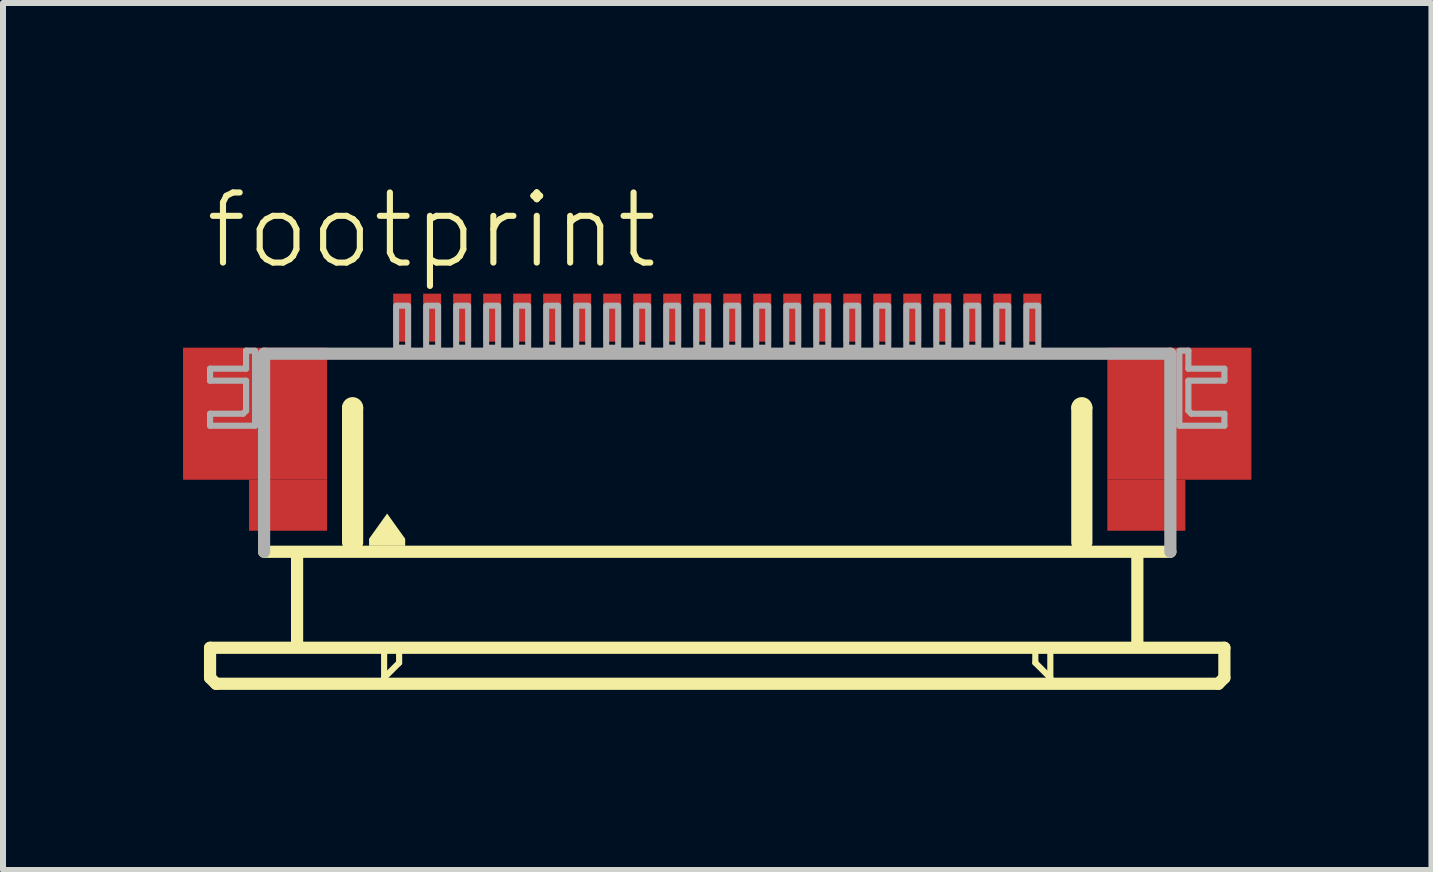
<source format=kicad_pcb>
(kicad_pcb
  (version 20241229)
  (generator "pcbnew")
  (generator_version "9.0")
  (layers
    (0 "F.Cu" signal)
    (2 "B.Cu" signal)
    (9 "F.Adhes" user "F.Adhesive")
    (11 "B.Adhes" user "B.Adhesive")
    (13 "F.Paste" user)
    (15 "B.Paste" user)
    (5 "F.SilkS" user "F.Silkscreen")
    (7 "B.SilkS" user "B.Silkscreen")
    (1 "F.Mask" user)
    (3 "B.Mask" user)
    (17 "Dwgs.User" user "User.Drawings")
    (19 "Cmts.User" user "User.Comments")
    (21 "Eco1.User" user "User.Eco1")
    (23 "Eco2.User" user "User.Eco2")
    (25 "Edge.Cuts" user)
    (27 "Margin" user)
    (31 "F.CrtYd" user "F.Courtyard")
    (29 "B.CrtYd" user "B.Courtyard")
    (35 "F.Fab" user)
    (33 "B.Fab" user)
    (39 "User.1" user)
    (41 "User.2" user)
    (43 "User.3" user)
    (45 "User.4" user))
  (footprint "footprint"
    (layer "F.Cu")
    (at 8.9 4.743)
    (property "Reference" "footprint" (at -8.58 -3.27 0) (layer "F.SilkS") (effects (font (size 1.168 1.168) (thickness 0.102)) (justify left bottom)))
    (fp_poly (pts (xy -8.9 0.2) (xy -6.5 0.2) (xy -6.5 -2) (xy -8.9 -2)) (stroke (width 0) (type solid)) (fill yes) (layer "F.Cu"))
    (fp_poly (pts (xy -7.8 1.05) (xy -6.5 1.05) (xy -6.5 0.2) (xy -7.8 0.2)) (stroke (width 0) (type solid)) (fill yes) (layer "F.Cu"))
    (fp_poly (pts (xy 6.5 0.2) (xy 8.9 0.2) (xy 8.9 -2) (xy 6.5 -2)) (stroke (width 0) (type solid)) (fill yes) (layer "F.Cu"))
    (fp_poly (pts (xy 6.5 1.05) (xy 7.8 1.05) (xy 7.8 0.2) (xy 6.5 0.2)) (stroke (width 0) (type solid)) (fill yes) (layer "F.Cu"))
    (fp_poly (pts (xy -8.9 0.2) (xy -7.75 0.2) (xy -7.75 -2) (xy -8.9 -2)) (stroke (width 0) (type solid)) (fill yes) (layer "F.Mask"))
    (fp_poly (pts (xy -7.8 1.05) (xy -6.5 1.05) (xy -6.5 -2) (xy -7.8 -2)) (stroke (width 0) (type solid)) (fill yes) (layer "F.Mask"))
    (fp_poly (pts (xy 7.8 -2) (xy 6.5 -2) (xy 6.5 1.05) (xy 7.8 1.05)) (stroke (width 0) (type solid)) (fill yes) (layer "F.Mask"))
    (fp_poly (pts (xy 8.9 -2) (xy 7.75 -2) (xy 7.75 0.2) (xy 8.9 0.2)) (stroke (width 0) (type solid)) (fill yes) (layer "F.Mask"))
    (fp_line (start -8.45 3) (end -8.45 3.5) (stroke (width 0.203) (type solid)) (layer "F.SilkS"))
    (fp_line (start -8.45 3.5) (end -8.35 3.6) (stroke (width 0.203) (type solid)) (layer "F.SilkS"))
    (fp_line (start -8.35 3.6) (end 8.35 3.6) (stroke (width 0.203) (type solid)) (layer "F.SilkS"))
    (fp_line (start -7 1.5) (end -7 2.9) (stroke (width 0.203) (type solid)) (layer "F.SilkS"))
    (fp_line (start -6.15 1.25) (end -6.15 -1) (stroke (width 0.203) (type solid)) (layer "F.SilkS"))
    (fp_line (start -6 -1) (end -6 1.25) (stroke (width 0.203) (type solid)) (layer "F.SilkS"))
    (fp_line (start -5.55 3.1) (end -5.55 3.5) (stroke (width 0.102) (type solid)) (layer "F.SilkS"))
    (fp_line (start -5.55 3.5) (end -5.3 3.25) (stroke (width 0.102) (type solid)) (layer "F.SilkS"))
    (fp_line (start -5.3 3.25) (end -5.3 3.1) (stroke (width 0.102) (type solid)) (layer "F.SilkS"))
    (fp_line (start 5.3 3.1) (end 5.3 3.25) (stroke (width 0.102) (type solid)) (layer "F.SilkS"))
    (fp_line (start 5.3 3.25) (end 5.55 3.5) (stroke (width 0.102) (type solid)) (layer "F.SilkS"))
    (fp_line (start 5.55 3.5) (end 5.55 3.1) (stroke (width 0.102) (type solid)) (layer "F.SilkS"))
    (fp_line (start 6 1.25) (end 6 -1) (stroke (width 0.203) (type solid)) (layer "F.SilkS"))
    (fp_line (start 6.15 -1) (end 6.15 1.25) (stroke (width 0.203) (type solid)) (layer "F.SilkS"))
    (fp_line (start 7 1.5) (end 7 2.9) (stroke (width 0.203) (type solid)) (layer "F.SilkS"))
    (fp_line (start 7.55 1.4) (end -7.55 1.4) (stroke (width 0.203) (type solid)) (layer "F.SilkS"))
    (fp_line (start 8.35 3.6) (end 8.45 3.5) (stroke (width 0.203) (type solid)) (layer "F.SilkS"))
    (fp_line (start 8.45 3) (end -8.45 3) (stroke (width 0.203) (type solid)) (layer "F.SilkS"))
    (fp_line (start 8.45 3.5) (end 8.45 3) (stroke (width 0.203) (type solid)) (layer "F.SilkS"))
    (fp_arc (start -6.15 -1) (mid -6.075 -1.075) (end -6 -1) (stroke (width 0.2032) (type solid)) (layer "F.SilkS"))
    (fp_arc (start 6 -1) (mid 6.075 -1.075) (end 6.15 -1) (stroke (width 0.2032) (type solid)) (layer "F.SilkS"))
    (fp_poly (pts (xy -5.199 1.184) (xy -5.199 1.301) (xy -5.801 1.301) (xy -5.801 1.184) (xy -5.5 0.763)) (stroke (width 0) (type solid)) (fill yes) (layer "F.SilkS"))
    (fp_poly (pts (xy -8.7 0.05) (xy -6.7 0.05) (xy -6.7 -1.85) (xy -8.7 -1.85)) (stroke (width 0) (type solid)) (fill yes) (layer "F.Paste"))
    (fp_poly (pts (xy 8.7 -1.85) (xy 6.7 -1.85) (xy 6.7 0.05) (xy 8.7 0.05)) (stroke (width 0) (type solid)) (fill yes) (layer "F.Paste"))
    (fp_line (start -8.45 -1.65) (end -8.45 -1.45) (stroke (width 0.102) (type solid)) (layer "F.Fab"))
    (fp_line (start -8.45 -1.45) (end -7.85 -1.45) (stroke (width 0.102) (type solid)) (layer "F.Fab"))
    (fp_line (start -8.45 -0.9) (end -8.45 -0.7) (stroke (width 0.102) (type solid)) (layer "F.Fab"))
    (fp_line (start -8.45 -0.7) (end -7.7 -0.7) (stroke (width 0.102) (type solid)) (layer "F.Fab"))
    (fp_line (start -7.9 -0.9) (end -8.45 -0.9) (stroke (width 0.102) (type solid)) (layer "F.Fab"))
    (fp_line (start -7.85 -1.95) (end -7.85 -1.65) (stroke (width 0.102) (type solid)) (layer "F.Fab"))
    (fp_line (start -7.85 -1.65) (end -8.45 -1.65) (stroke (width 0.102) (type solid)) (layer "F.Fab"))
    (fp_line (start -7.85 -1.45) (end -7.85 -0.95) (stroke (width 0.102) (type solid)) (layer "F.Fab"))
    (fp_line (start -7.85 -0.95) (end -7.9 -0.9) (stroke (width 0.102) (type solid)) (layer "F.Fab"))
    (fp_line (start -7.7 -1.95) (end -7.85 -1.95) (stroke (width 0.102) (type solid)) (layer "F.Fab"))
    (fp_line (start -7.7 -0.7) (end -7.7 -1.9) (stroke (width 0.102) (type solid)) (layer "F.Fab"))
    (fp_line (start -7.55 -1.9) (end 7.55 -1.9) (stroke (width 0.203) (type solid)) (layer "F.Fab"))
    (fp_line (start -7.55 1.4) (end -7.55 -1.9) (stroke (width 0.203) (type solid)) (layer "F.Fab"))
    (fp_line (start 7.55 -1.9) (end 7.55 1.4) (stroke (width 0.203) (type solid)) (layer "F.Fab"))
    (fp_line (start 7.7 -1.95) (end 7.85 -1.95) (stroke (width 0.102) (type solid)) (layer "F.Fab"))
    (fp_line (start 7.7 -0.7) (end 7.7 -1.9) (stroke (width 0.102) (type solid)) (layer "F.Fab"))
    (fp_line (start 7.85 -1.95) (end 7.85 -1.65) (stroke (width 0.102) (type solid)) (layer "F.Fab"))
    (fp_line (start 7.85 -1.65) (end 8.45 -1.65) (stroke (width 0.102) (type solid)) (layer "F.Fab"))
    (fp_line (start 7.85 -1.45) (end 7.85 -0.95) (stroke (width 0.102) (type solid)) (layer "F.Fab"))
    (fp_line (start 7.85 -0.95) (end 7.9 -0.9) (stroke (width 0.102) (type solid)) (layer "F.Fab"))
    (fp_line (start 7.9 -0.9) (end 8.45 -0.9) (stroke (width 0.102) (type solid)) (layer "F.Fab"))
    (fp_line (start 8.45 -1.65) (end 8.45 -1.45) (stroke (width 0.102) (type solid)) (layer "F.Fab"))
    (fp_line (start 8.45 -1.45) (end 7.85 -1.45) (stroke (width 0.102) (type solid)) (layer "F.Fab"))
    (fp_line (start 8.45 -0.9) (end 8.45 -0.7) (stroke (width 0.102) (type solid)) (layer "F.Fab"))
    (fp_line (start 8.45 -0.7) (end 7.7 -0.7) (stroke (width 0.102) (type solid)) (layer "F.Fab"))
    (fp_poly (pts (xy -5.35 -2) (xy -5.15 -2) (xy -5.15 -2.7) (xy -5.35 -2.7)) (stroke (width 0.1) (type solid)) (fill no) (layer "F.Fab"))
    (fp_poly (pts (xy -4.85 -2) (xy -4.65 -2) (xy -4.65 -2.7) (xy -4.85 -2.7)) (stroke (width 0.1) (type solid)) (fill no) (layer "F.Fab"))
    (fp_poly (pts (xy -4.35 -2) (xy -4.15 -2) (xy -4.15 -2.7) (xy -4.35 -2.7)) (stroke (width 0.1) (type solid)) (fill no) (layer "F.Fab"))
    (fp_poly (pts (xy -3.85 -2) (xy -3.65 -2) (xy -3.65 -2.7) (xy -3.85 -2.7)) (stroke (width 0.1) (type solid)) (fill no) (layer "F.Fab"))
    (fp_poly (pts (xy -3.35 -2) (xy -3.15 -2) (xy -3.15 -2.7) (xy -3.35 -2.7)) (stroke (width 0.1) (type solid)) (fill no) (layer "F.Fab"))
    (fp_poly (pts (xy -2.85 -2) (xy -2.65 -2) (xy -2.65 -2.7) (xy -2.85 -2.7)) (stroke (width 0.1) (type solid)) (fill no) (layer "F.Fab"))
    (fp_poly (pts (xy -2.35 -2) (xy -2.15 -2) (xy -2.15 -2.7) (xy -2.35 -2.7)) (stroke (width 0.1) (type solid)) (fill no) (layer "F.Fab"))
    (fp_poly (pts (xy -1.85 -2) (xy -1.65 -2) (xy -1.65 -2.7) (xy -1.85 -2.7)) (stroke (width 0.1) (type solid)) (fill no) (layer "F.Fab"))
    (fp_poly (pts (xy -1.35 -2) (xy -1.15 -2) (xy -1.15 -2.7) (xy -1.35 -2.7)) (stroke (width 0.1) (type solid)) (fill no) (layer "F.Fab"))
    (fp_poly (pts (xy -0.85 -2) (xy -0.65 -2) (xy -0.65 -2.7) (xy -0.85 -2.7)) (stroke (width 0.1) (type solid)) (fill no) (layer "F.Fab"))
    (fp_poly (pts (xy -0.35 -2) (xy -0.15 -2) (xy -0.15 -2.7) (xy -0.35 -2.7)) (stroke (width 0.1) (type solid)) (fill no) (layer "F.Fab"))
    (fp_poly (pts (xy 0.15 -2) (xy 0.35 -2) (xy 0.35 -2.7) (xy 0.15 -2.7)) (stroke (width 0.1) (type solid)) (fill no) (layer "F.Fab"))
    (fp_poly (pts (xy 0.65 -2) (xy 0.85 -2) (xy 0.85 -2.7) (xy 0.65 -2.7)) (stroke (width 0.1) (type solid)) (fill no) (layer "F.Fab"))
    (fp_poly (pts (xy 1.15 -2) (xy 1.35 -2) (xy 1.35 -2.7) (xy 1.15 -2.7)) (stroke (width 0.1) (type solid)) (fill no) (layer "F.Fab"))
    (fp_poly (pts (xy 1.65 -2) (xy 1.85 -2) (xy 1.85 -2.7) (xy 1.65 -2.7)) (stroke (width 0.1) (type solid)) (fill no) (layer "F.Fab"))
    (fp_poly (pts (xy 2.15 -2) (xy 2.35 -2) (xy 2.35 -2.7) (xy 2.15 -2.7)) (stroke (width 0.1) (type solid)) (fill no) (layer "F.Fab"))
    (fp_poly (pts (xy 2.65 -2) (xy 2.85 -2) (xy 2.85 -2.7) (xy 2.65 -2.7)) (stroke (width 0.1) (type solid)) (fill no) (layer "F.Fab"))
    (fp_poly (pts (xy 3.15 -2) (xy 3.35 -2) (xy 3.35 -2.7) (xy 3.15 -2.7)) (stroke (width 0.1) (type solid)) (fill no) (layer "F.Fab"))
    (fp_poly (pts (xy 3.65 -2) (xy 3.85 -2) (xy 3.85 -2.7) (xy 3.65 -2.7)) (stroke (width 0.1) (type solid)) (fill no) (layer "F.Fab"))
    (fp_poly (pts (xy 4.15 -2) (xy 4.35 -2) (xy 4.35 -2.7) (xy 4.15 -2.7)) (stroke (width 0.1) (type solid)) (fill no) (layer "F.Fab"))
    (fp_poly (pts (xy 4.65 -2) (xy 4.85 -2) (xy 4.85 -2.7) (xy 4.65 -2.7)) (stroke (width 0.1) (type solid)) (fill no) (layer "F.Fab"))
    (fp_poly (pts (xy 5.15 -2) (xy 5.35 -2) (xy 5.35 -2.7) (xy 5.15 -2.7)) (stroke (width 0.1) (type solid)) (fill no) (layer "F.Fab"))
    (pad "1" smd rect (at -5.25 -2.5) (size 0.3 0.8) (layers "F.Cu" "F.Mask" "F.Paste"))
    (pad "2" smd rect (at -4.75 -2.5) (size 0.3 0.8) (layers "F.Cu" "F.Mask" "F.Paste"))
    (pad "3" smd rect (at -4.25 -2.5) (size 0.3 0.8) (layers "F.Cu" "F.Mask" "F.Paste"))
    (pad "4" smd rect (at -3.75 -2.5) (size 0.3 0.8) (layers "F.Cu" "F.Mask" "F.Paste"))
    (pad "5" smd rect (at -3.25 -2.5) (size 0.3 0.8) (layers "F.Cu" "F.Mask" "F.Paste"))
    (pad "6" smd rect (at -2.75 -2.5) (size 0.3 0.8) (layers "F.Cu" "F.Mask" "F.Paste"))
    (pad "7" smd rect (at -2.25 -2.5) (size 0.3 0.8) (layers "F.Cu" "F.Mask" "F.Paste"))
    (pad "8" smd rect (at -1.75 -2.5) (size 0.3 0.8) (layers "F.Cu" "F.Mask" "F.Paste"))
    (pad "9" smd rect (at -1.25 -2.5) (size 0.3 0.8) (layers "F.Cu" "F.Mask" "F.Paste"))
    (pad "10" smd rect (at -0.75 -2.5) (size 0.3 0.8) (layers "F.Cu" "F.Mask" "F.Paste"))
    (pad "11" smd rect (at -0.25 -2.5) (size 0.3 0.8) (layers "F.Cu" "F.Mask" "F.Paste"))
    (pad "12" smd rect (at 0.25 -2.5) (size 0.3 0.8) (layers "F.Cu" "F.Mask" "F.Paste"))
    (pad "13" smd rect (at 0.75 -2.5) (size 0.3 0.8) (layers "F.Cu" "F.Mask" "F.Paste"))
    (pad "14" smd rect (at 1.25 -2.5) (size 0.3 0.8) (layers "F.Cu" "F.Mask" "F.Paste"))
    (pad "15" smd rect (at 1.75 -2.5) (size 0.3 0.8) (layers "F.Cu" "F.Mask" "F.Paste"))
    (pad "16" smd rect (at 2.25 -2.5) (size 0.3 0.8) (layers "F.Cu" "F.Mask" "F.Paste"))
    (pad "17" smd rect (at 2.75 -2.5) (size 0.3 0.8) (layers "F.Cu" "F.Mask" "F.Paste"))
    (pad "18" smd rect (at 3.25 -2.5) (size 0.3 0.8) (layers "F.Cu" "F.Mask" "F.Paste"))
    (pad "19" smd rect (at 3.75 -2.5) (size 0.3 0.8) (layers "F.Cu" "F.Mask" "F.Paste"))
    (pad "20" smd rect (at 4.25 -2.5) (size 0.3 0.8) (layers "F.Cu" "F.Mask" "F.Paste"))
    (pad "21" smd rect (at 4.75 -2.5) (size 0.3 0.8) (layers "F.Cu" "F.Mask" "F.Paste"))
    (pad "22" smd rect (at 5.25 -2.5) (size 0.3 0.8) (layers "F.Cu" "F.Mask" "F.Paste")))
  (gr_rect
    (start -3 -3)
    (end 20.8 11.445)
    (stroke (width 0.1) (type default))
    (fill no)
    (layer "Edge.Cuts")))
</source>
